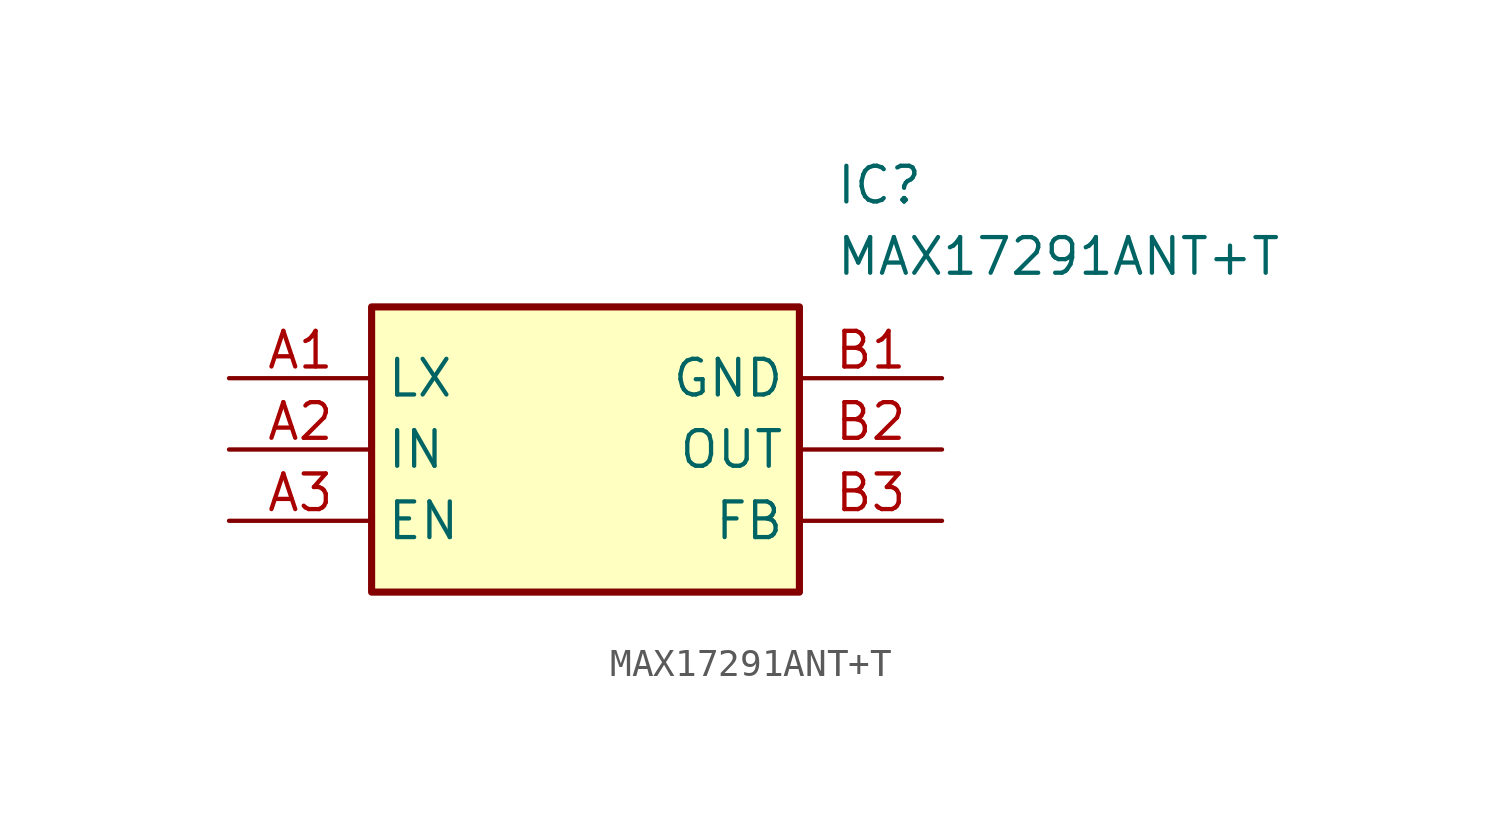
<source format=kicad_sym>
(kicad_symbol_lib
  (version 20211014)
  (generator SamacSys_ECAD_Model)
  (symbol "MAX17291ANT+T"
    (property "Reference" "IC"
      (at 21.59 7.62 0)
      (effects (font (size 1.27 1.27)) (justify left top)))
    (property "Value" "MAX17291ANT+T"
      (at 21.59 5.08 0)
      (effects (font (size 1.27 1.27)) (justify left top)))
    (rectangle
      (start 5.08 2.54)
      (end 20.32 -7.62)
      (stroke (width 0.254) (type default))
      (fill (type background)))
    (pin passive line
      (at 0 0 0)
      (length 5.08)
      (name "LX" (effects (font (size 1.27 1.27))))
      (number "A1" (effects (font (size 1.27 1.27)))))
    (pin passive line
      (at 0 -2.54 0)
      (length 5.08)
      (name "IN" (effects (font (size 1.27 1.27))))
      (number "A2" (effects (font (size 1.27 1.27)))))
    (pin passive line
      (at 0 -5.08 0)
      (length 5.08)
      (name "EN" (effects (font (size 1.27 1.27))))
      (number "A3" (effects (font (size 1.27 1.27)))))
    (pin passive line
      (at 25.4 0 180)
      (length 5.08)
      (name "GND" (effects (font (size 1.27 1.27))))
      (number "B1" (effects (font (size 1.27 1.27)))))
    (pin passive line
      (at 25.4 -2.54 180)
      (length 5.08)
      (name "OUT" (effects (font (size 1.27 1.27))))
      (number "B2" (effects (font (size 1.27 1.27)))))
    (pin passive line
      (at 25.4 -5.08 180)
      (length 5.08)
      (name "FB" (effects (font (size 1.27 1.27))))
      (number "B3" (effects (font (size 1.27 1.27)))))))
</source>
